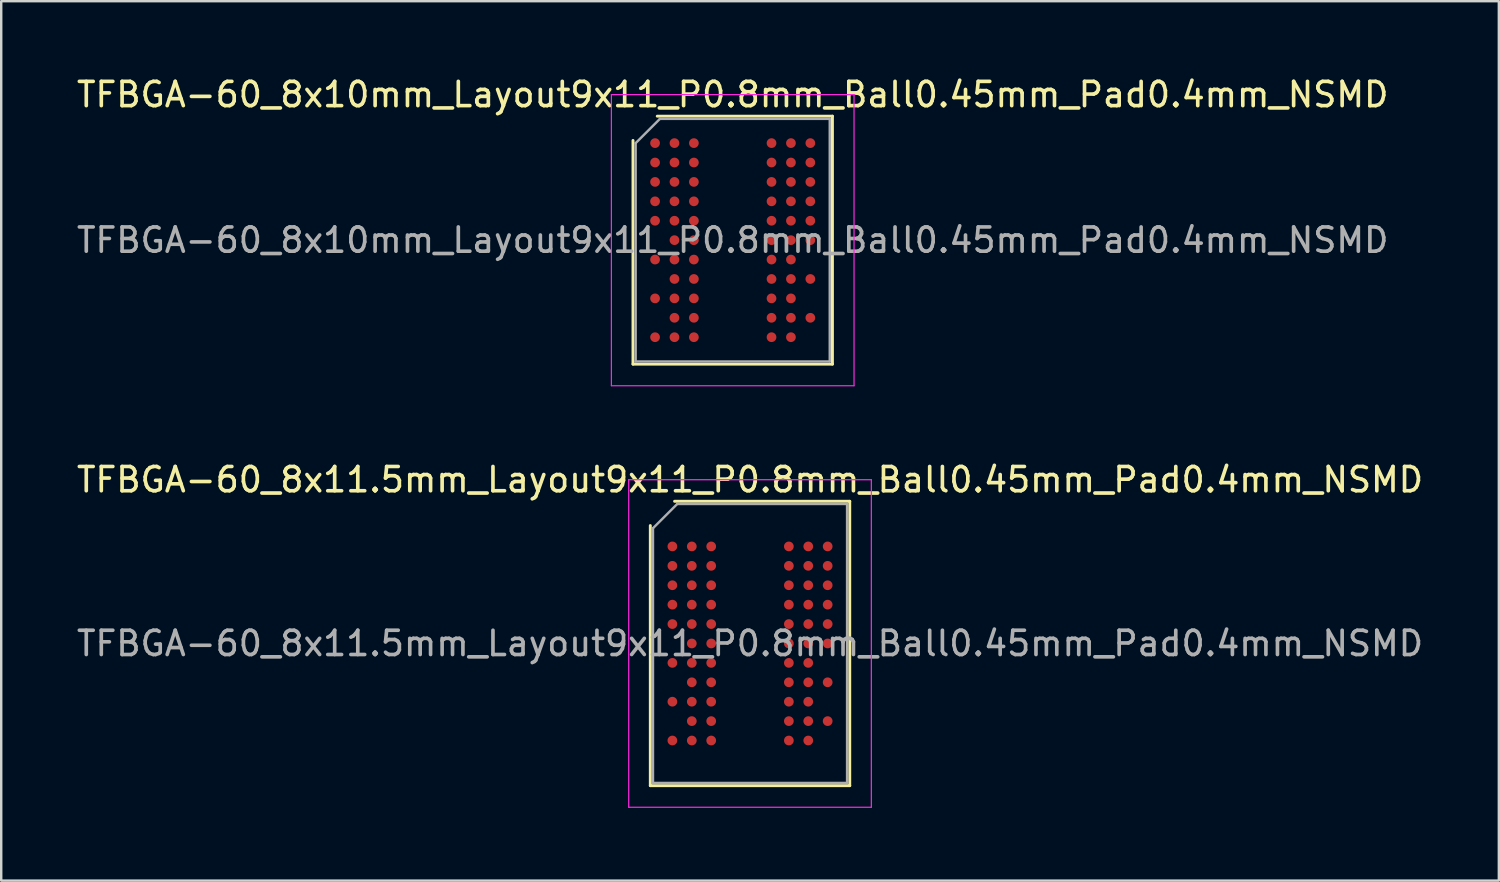
<source format=kicad_pcb>
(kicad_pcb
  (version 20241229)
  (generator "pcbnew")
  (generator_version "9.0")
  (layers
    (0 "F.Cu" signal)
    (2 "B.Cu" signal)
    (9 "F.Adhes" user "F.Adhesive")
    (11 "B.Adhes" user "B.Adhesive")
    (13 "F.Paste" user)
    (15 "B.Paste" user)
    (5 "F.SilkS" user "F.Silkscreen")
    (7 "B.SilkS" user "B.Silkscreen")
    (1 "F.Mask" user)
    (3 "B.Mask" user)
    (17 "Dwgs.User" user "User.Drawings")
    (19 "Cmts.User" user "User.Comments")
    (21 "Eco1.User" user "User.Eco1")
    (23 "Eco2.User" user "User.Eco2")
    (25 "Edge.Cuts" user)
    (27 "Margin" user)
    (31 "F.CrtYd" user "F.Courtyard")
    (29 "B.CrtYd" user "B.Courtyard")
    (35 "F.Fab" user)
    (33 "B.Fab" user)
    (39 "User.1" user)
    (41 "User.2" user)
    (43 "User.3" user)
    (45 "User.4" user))
  (footprint "TFBGA-60_8x11.5mm_Layout9x11_P0.8mm_Ball0.45mm_Pad0.4mm_NSMD"
    (layer "F.Cu")
    (at 27.863 23.471)
    (property "Reference" "TFBGA-60_8x11.5mm_Layout9x11_P0.8mm_Ball0.45mm_Pad0.4mm_NSMD" (at 0 -6.75 0) (layer "F.SilkS") (effects (font (size 1 1) (thickness 0.15))))
    (attr smd)
    (fp_line (start -4.11 5.86) (end -4.11 -4.86) (stroke (width 0.12) (type solid)) (layer "F.SilkS"))
    (fp_line (start -3.11 -5.86) (end 4.11 -5.86) (stroke (width 0.12) (type solid)) (layer "F.SilkS"))
    (fp_line (start 4.11 -5.86) (end 4.11 5.86) (stroke (width 0.12) (type solid)) (layer "F.SilkS"))
    (fp_line (start 4.11 5.86) (end -4.11 5.86) (stroke (width 0.12) (type solid)) (layer "F.SilkS"))
    (fp_line (start -5 -6.75) (end -5 6.75) (stroke (width 0.05) (type solid)) (layer "F.CrtYd"))
    (fp_line (start -5 6.75) (end 5 6.75) (stroke (width 0.05) (type solid)) (layer "F.CrtYd"))
    (fp_line (start 5 -6.75) (end -5 -6.75) (stroke (width 0.05) (type solid)) (layer "F.CrtYd"))
    (fp_line (start 5 6.75) (end 5 -6.75) (stroke (width 0.05) (type solid)) (layer "F.CrtYd"))
    (fp_line (start -4 -4.75) (end -3 -5.75) (stroke (width 0.1) (type solid)) (layer "F.Fab"))
    (fp_line (start -4 5.75) (end -4 -4.75) (stroke (width 0.1) (type solid)) (layer "F.Fab"))
    (fp_line (start -3 -5.75) (end 4 -5.75) (stroke (width 0.1) (type solid)) (layer "F.Fab"))
    (fp_line (start 4 -5.75) (end 4 5.75) (stroke (width 0.1) (type solid)) (layer "F.Fab"))
    (fp_line (start 4 5.75) (end -4 5.75) (stroke (width 0.1) (type solid)) (layer "F.Fab"))
    (fp_text user "${REFERENCE}" (at 0 0 0) (layer "F.Fab") (effects (font (size 1 1) (thickness 0.15))))
    (pad "A1" smd circle (at -3.2 -4) (size 0.4 0.4) (layers "F.Cu" "F.Mask" "F.Paste"))
    (pad "A2" smd circle (at -2.4 -4) (size 0.4 0.4) (layers "F.Cu" "F.Mask" "F.Paste"))
    (pad "A3" smd circle (at -1.6 -4) (size 0.4 0.4) (layers "F.Cu" "F.Mask" "F.Paste"))
    (pad "A7" smd circle (at 1.6 -4) (size 0.4 0.4) (layers "F.Cu" "F.Mask" "F.Paste"))
    (pad "A8" smd circle (at 2.4 -4) (size 0.4 0.4) (layers "F.Cu" "F.Mask" "F.Paste"))
    (pad "A9" smd circle (at 3.2 -4) (size 0.4 0.4) (layers "F.Cu" "F.Mask" "F.Paste"))
    (pad "B1" smd circle (at -3.2 -3.2) (size 0.4 0.4) (layers "F.Cu" "F.Mask" "F.Paste"))
    (pad "B2" smd circle (at -2.4 -3.2) (size 0.4 0.4) (layers "F.Cu" "F.Mask" "F.Paste"))
    (pad "B3" smd circle (at -1.6 -3.2) (size 0.4 0.4) (layers "F.Cu" "F.Mask" "F.Paste"))
    (pad "B7" smd circle (at 1.6 -3.2) (size 0.4 0.4) (layers "F.Cu" "F.Mask" "F.Paste"))
    (pad "B8" smd circle (at 2.4 -3.2) (size 0.4 0.4) (layers "F.Cu" "F.Mask" "F.Paste"))
    (pad "B9" smd circle (at 3.2 -3.2) (size 0.4 0.4) (layers "F.Cu" "F.Mask" "F.Paste"))
    (pad "C1" smd circle (at -3.2 -2.4) (size 0.4 0.4) (layers "F.Cu" "F.Mask" "F.Paste"))
    (pad "C2" smd circle (at -2.4 -2.4) (size 0.4 0.4) (layers "F.Cu" "F.Mask" "F.Paste"))
    (pad "C3" smd circle (at -1.6 -2.4) (size 0.4 0.4) (layers "F.Cu" "F.Mask" "F.Paste"))
    (pad "C7" smd circle (at 1.6 -2.4) (size 0.4 0.4) (layers "F.Cu" "F.Mask" "F.Paste"))
    (pad "C8" smd circle (at 2.4 -2.4) (size 0.4 0.4) (layers "F.Cu" "F.Mask" "F.Paste"))
    (pad "C9" smd circle (at 3.2 -2.4) (size 0.4 0.4) (layers "F.Cu" "F.Mask" "F.Paste"))
    (pad "D1" smd circle (at -3.2 -1.6) (size 0.4 0.4) (layers "F.Cu" "F.Mask" "F.Paste"))
    (pad "D2" smd circle (at -2.4 -1.6) (size 0.4 0.4) (layers "F.Cu" "F.Mask" "F.Paste"))
    (pad "D3" smd circle (at -1.6 -1.6) (size 0.4 0.4) (layers "F.Cu" "F.Mask" "F.Paste"))
    (pad "D7" smd circle (at 1.6 -1.6) (size 0.4 0.4) (layers "F.Cu" "F.Mask" "F.Paste"))
    (pad "D8" smd circle (at 2.4 -1.6) (size 0.4 0.4) (layers "F.Cu" "F.Mask" "F.Paste"))
    (pad "D9" smd circle (at 3.2 -1.6) (size 0.4 0.4) (layers "F.Cu" "F.Mask" "F.Paste"))
    (pad "E1" smd circle (at -3.2 -0.8) (size 0.4 0.4) (layers "F.Cu" "F.Mask" "F.Paste"))
    (pad "E2" smd circle (at -2.4 -0.8) (size 0.4 0.4) (layers "F.Cu" "F.Mask" "F.Paste"))
    (pad "E3" smd circle (at -1.6 -0.8) (size 0.4 0.4) (layers "F.Cu" "F.Mask" "F.Paste"))
    (pad "E7" smd circle (at 1.6 -0.8) (size 0.4 0.4) (layers "F.Cu" "F.Mask" "F.Paste"))
    (pad "E8" smd circle (at 2.4 -0.8) (size 0.4 0.4) (layers "F.Cu" "F.Mask" "F.Paste"))
    (pad "E9" smd circle (at 3.2 -0.8) (size 0.4 0.4) (layers "F.Cu" "F.Mask" "F.Paste"))
    (pad "F2" smd circle (at -2.4 0) (size 0.4 0.4) (layers "F.Cu" "F.Mask" "F.Paste"))
    (pad "F3" smd circle (at -1.6 0) (size 0.4 0.4) (layers "F.Cu" "F.Mask" "F.Paste"))
    (pad "F7" smd circle (at 1.6 0) (size 0.4 0.4) (layers "F.Cu" "F.Mask" "F.Paste"))
    (pad "F8" smd circle (at 2.4 0) (size 0.4 0.4) (layers "F.Cu" "F.Mask" "F.Paste"))
    (pad "F9" smd circle (at 3.2 0) (size 0.4 0.4) (layers "F.Cu" "F.Mask" "F.Paste"))
    (pad "G1" smd circle (at -3.2 0.8) (size 0.4 0.4) (layers "F.Cu" "F.Mask" "F.Paste"))
    (pad "G2" smd circle (at -2.4 0.8) (size 0.4 0.4) (layers "F.Cu" "F.Mask" "F.Paste"))
    (pad "G3" smd circle (at -1.6 0.8) (size 0.4 0.4) (layers "F.Cu" "F.Mask" "F.Paste"))
    (pad "G7" smd circle (at 1.6 0.8) (size 0.4 0.4) (layers "F.Cu" "F.Mask" "F.Paste"))
    (pad "G8" smd circle (at 2.4 0.8) (size 0.4 0.4) (layers "F.Cu" "F.Mask" "F.Paste"))
    (pad "H2" smd circle (at -2.4 1.6) (size 0.4 0.4) (layers "F.Cu" "F.Mask" "F.Paste"))
    (pad "H3" smd circle (at -1.6 1.6) (size 0.4 0.4) (layers "F.Cu" "F.Mask" "F.Paste"))
    (pad "H7" smd circle (at 1.6 1.6) (size 0.4 0.4) (layers "F.Cu" "F.Mask" "F.Paste"))
    (pad "H8" smd circle (at 2.4 1.6) (size 0.4 0.4) (layers "F.Cu" "F.Mask" "F.Paste"))
    (pad "H9" smd circle (at 3.2 1.6) (size 0.4 0.4) (layers "F.Cu" "F.Mask" "F.Paste"))
    (pad "J1" smd circle (at -3.2 2.4) (size 0.4 0.4) (layers "F.Cu" "F.Mask" "F.Paste"))
    (pad "J2" smd circle (at -2.4 2.4) (size 0.4 0.4) (layers "F.Cu" "F.Mask" "F.Paste"))
    (pad "J3" smd circle (at -1.6 2.4) (size 0.4 0.4) (layers "F.Cu" "F.Mask" "F.Paste"))
    (pad "J7" smd circle (at 1.6 2.4) (size 0.4 0.4) (layers "F.Cu" "F.Mask" "F.Paste"))
    (pad "J8" smd circle (at 2.4 2.4) (size 0.4 0.4) (layers "F.Cu" "F.Mask" "F.Paste"))
    (pad "K2" smd circle (at -2.4 3.2) (size 0.4 0.4) (layers "F.Cu" "F.Mask" "F.Paste"))
    (pad "K3" smd circle (at -1.6 3.2) (size 0.4 0.4) (layers "F.Cu" "F.Mask" "F.Paste"))
    (pad "K7" smd circle (at 1.6 3.2) (size 0.4 0.4) (layers "F.Cu" "F.Mask" "F.Paste"))
    (pad "K8" smd circle (at 2.4 3.2) (size 0.4 0.4) (layers "F.Cu" "F.Mask" "F.Paste"))
    (pad "K9" smd circle (at 3.2 3.2) (size 0.4 0.4) (layers "F.Cu" "F.Mask" "F.Paste"))
    (pad "L1" smd circle (at -3.2 4) (size 0.4 0.4) (layers "F.Cu" "F.Mask" "F.Paste"))
    (pad "L2" smd circle (at -2.4 4) (size 0.4 0.4) (layers "F.Cu" "F.Mask" "F.Paste"))
    (pad "L3" smd circle (at -1.6 4) (size 0.4 0.4) (layers "F.Cu" "F.Mask" "F.Paste"))
    (pad "L7" smd circle (at 1.6 4) (size 0.4 0.4) (layers "F.Cu" "F.Mask" "F.Paste"))
    (pad "L8" smd circle (at 2.4 4) (size 0.4 0.4) (layers "F.Cu" "F.Mask" "F.Paste")))
  (footprint "TFBGA-60_8x10mm_Layout9x11_P0.8mm_Ball0.45mm_Pad0.4mm_NSMD"
    (layer "F.Cu")
    (at 27.149 6.848)
    (property "Reference" "TFBGA-60_8x10mm_Layout9x11_P0.8mm_Ball0.45mm_Pad0.4mm_NSMD" (at 0 -6 0) (layer "F.SilkS") (effects (font (size 1 1) (thickness 0.15))))
    (attr smd)
    (fp_line (start -4.11 5.11) (end -4.11 -4.11) (stroke (width 0.12) (type solid)) (layer "F.SilkS"))
    (fp_line (start -3.11 -5.11) (end 4.11 -5.11) (stroke (width 0.12) (type solid)) (layer "F.SilkS"))
    (fp_line (start 4.11 -5.11) (end 4.11 5.11) (stroke (width 0.12) (type solid)) (layer "F.SilkS"))
    (fp_line (start 4.11 5.11) (end -4.11 5.11) (stroke (width 0.12) (type solid)) (layer "F.SilkS"))
    (fp_line (start -5 -6) (end -5 6) (stroke (width 0.05) (type solid)) (layer "F.CrtYd"))
    (fp_line (start -5 6) (end 5 6) (stroke (width 0.05) (type solid)) (layer "F.CrtYd"))
    (fp_line (start 5 -6) (end -5 -6) (stroke (width 0.05) (type solid)) (layer "F.CrtYd"))
    (fp_line (start 5 6) (end 5 -6) (stroke (width 0.05) (type solid)) (layer "F.CrtYd"))
    (fp_line (start -4 -4) (end -3 -5) (stroke (width 0.1) (type solid)) (layer "F.Fab"))
    (fp_line (start -4 5) (end -4 -4) (stroke (width 0.1) (type solid)) (layer "F.Fab"))
    (fp_line (start -3 -5) (end 4 -5) (stroke (width 0.1) (type solid)) (layer "F.Fab"))
    (fp_line (start 4 -5) (end 4 5) (stroke (width 0.1) (type solid)) (layer "F.Fab"))
    (fp_line (start 4 5) (end -4 5) (stroke (width 0.1) (type solid)) (layer "F.Fab"))
    (fp_text user "${REFERENCE}" (at 0 0 0) (layer "F.Fab") (effects (font (size 1 1) (thickness 0.15))))
    (pad "A1" smd circle (at -3.2 -4) (size 0.4 0.4) (layers "F.Cu" "F.Mask" "F.Paste"))
    (pad "A2" smd circle (at -2.4 -4) (size 0.4 0.4) (layers "F.Cu" "F.Mask" "F.Paste"))
    (pad "A3" smd circle (at -1.6 -4) (size 0.4 0.4) (layers "F.Cu" "F.Mask" "F.Paste"))
    (pad "A7" smd circle (at 1.6 -4) (size 0.4 0.4) (layers "F.Cu" "F.Mask" "F.Paste"))
    (pad "A8" smd circle (at 2.4 -4) (size 0.4 0.4) (layers "F.Cu" "F.Mask" "F.Paste"))
    (pad "A9" smd circle (at 3.2 -4) (size 0.4 0.4) (layers "F.Cu" "F.Mask" "F.Paste"))
    (pad "B1" smd circle (at -3.2 -3.2) (size 0.4 0.4) (layers "F.Cu" "F.Mask" "F.Paste"))
    (pad "B2" smd circle (at -2.4 -3.2) (size 0.4 0.4) (layers "F.Cu" "F.Mask" "F.Paste"))
    (pad "B3" smd circle (at -1.6 -3.2) (size 0.4 0.4) (layers "F.Cu" "F.Mask" "F.Paste"))
    (pad "B7" smd circle (at 1.6 -3.2) (size 0.4 0.4) (layers "F.Cu" "F.Mask" "F.Paste"))
    (pad "B8" smd circle (at 2.4 -3.2) (size 0.4 0.4) (layers "F.Cu" "F.Mask" "F.Paste"))
    (pad "B9" smd circle (at 3.2 -3.2) (size 0.4 0.4) (layers "F.Cu" "F.Mask" "F.Paste"))
    (pad "C1" smd circle (at -3.2 -2.4) (size 0.4 0.4) (layers "F.Cu" "F.Mask" "F.Paste"))
    (pad "C2" smd circle (at -2.4 -2.4) (size 0.4 0.4) (layers "F.Cu" "F.Mask" "F.Paste"))
    (pad "C3" smd circle (at -1.6 -2.4) (size 0.4 0.4) (layers "F.Cu" "F.Mask" "F.Paste"))
    (pad "C7" smd circle (at 1.6 -2.4) (size 0.4 0.4) (layers "F.Cu" "F.Mask" "F.Paste"))
    (pad "C8" smd circle (at 2.4 -2.4) (size 0.4 0.4) (layers "F.Cu" "F.Mask" "F.Paste"))
    (pad "C9" smd circle (at 3.2 -2.4) (size 0.4 0.4) (layers "F.Cu" "F.Mask" "F.Paste"))
    (pad "D1" smd circle (at -3.2 -1.6) (size 0.4 0.4) (layers "F.Cu" "F.Mask" "F.Paste"))
    (pad "D2" smd circle (at -2.4 -1.6) (size 0.4 0.4) (layers "F.Cu" "F.Mask" "F.Paste"))
    (pad "D3" smd circle (at -1.6 -1.6) (size 0.4 0.4) (layers "F.Cu" "F.Mask" "F.Paste"))
    (pad "D7" smd circle (at 1.6 -1.6) (size 0.4 0.4) (layers "F.Cu" "F.Mask" "F.Paste"))
    (pad "D8" smd circle (at 2.4 -1.6) (size 0.4 0.4) (layers "F.Cu" "F.Mask" "F.Paste"))
    (pad "D9" smd circle (at 3.2 -1.6) (size 0.4 0.4) (layers "F.Cu" "F.Mask" "F.Paste"))
    (pad "E1" smd circle (at -3.2 -0.8) (size 0.4 0.4) (layers "F.Cu" "F.Mask" "F.Paste"))
    (pad "E2" smd circle (at -2.4 -0.8) (size 0.4 0.4) (layers "F.Cu" "F.Mask" "F.Paste"))
    (pad "E3" smd circle (at -1.6 -0.8) (size 0.4 0.4) (layers "F.Cu" "F.Mask" "F.Paste"))
    (pad "E7" smd circle (at 1.6 -0.8) (size 0.4 0.4) (layers "F.Cu" "F.Mask" "F.Paste"))
    (pad "E8" smd circle (at 2.4 -0.8) (size 0.4 0.4) (layers "F.Cu" "F.Mask" "F.Paste"))
    (pad "E9" smd circle (at 3.2 -0.8) (size 0.4 0.4) (layers "F.Cu" "F.Mask" "F.Paste"))
    (pad "F2" smd circle (at -2.4 0) (size 0.4 0.4) (layers "F.Cu" "F.Mask" "F.Paste"))
    (pad "F3" smd circle (at -1.6 0) (size 0.4 0.4) (layers "F.Cu" "F.Mask" "F.Paste"))
    (pad "F7" smd circle (at 1.6 0) (size 0.4 0.4) (layers "F.Cu" "F.Mask" "F.Paste"))
    (pad "F8" smd circle (at 2.4 0) (size 0.4 0.4) (layers "F.Cu" "F.Mask" "F.Paste"))
    (pad "F9" smd circle (at 3.2 0) (size 0.4 0.4) (layers "F.Cu" "F.Mask" "F.Paste"))
    (pad "G1" smd circle (at -3.2 0.8) (size 0.4 0.4) (layers "F.Cu" "F.Mask" "F.Paste"))
    (pad "G2" smd circle (at -2.4 0.8) (size 0.4 0.4) (layers "F.Cu" "F.Mask" "F.Paste"))
    (pad "G3" smd circle (at -1.6 0.8) (size 0.4 0.4) (layers "F.Cu" "F.Mask" "F.Paste"))
    (pad "G7" smd circle (at 1.6 0.8) (size 0.4 0.4) (layers "F.Cu" "F.Mask" "F.Paste"))
    (pad "G8" smd circle (at 2.4 0.8) (size 0.4 0.4) (layers "F.Cu" "F.Mask" "F.Paste"))
    (pad "H2" smd circle (at -2.4 1.6) (size 0.4 0.4) (layers "F.Cu" "F.Mask" "F.Paste"))
    (pad "H3" smd circle (at -1.6 1.6) (size 0.4 0.4) (layers "F.Cu" "F.Mask" "F.Paste"))
    (pad "H7" smd circle (at 1.6 1.6) (size 0.4 0.4) (layers "F.Cu" "F.Mask" "F.Paste"))
    (pad "H8" smd circle (at 2.4 1.6) (size 0.4 0.4) (layers "F.Cu" "F.Mask" "F.Paste"))
    (pad "H9" smd circle (at 3.2 1.6) (size 0.4 0.4) (layers "F.Cu" "F.Mask" "F.Paste"))
    (pad "J1" smd circle (at -3.2 2.4) (size 0.4 0.4) (layers "F.Cu" "F.Mask" "F.Paste"))
    (pad "J2" smd circle (at -2.4 2.4) (size 0.4 0.4) (layers "F.Cu" "F.Mask" "F.Paste"))
    (pad "J3" smd circle (at -1.6 2.4) (size 0.4 0.4) (layers "F.Cu" "F.Mask" "F.Paste"))
    (pad "J7" smd circle (at 1.6 2.4) (size 0.4 0.4) (layers "F.Cu" "F.Mask" "F.Paste"))
    (pad "J8" smd circle (at 2.4 2.4) (size 0.4 0.4) (layers "F.Cu" "F.Mask" "F.Paste"))
    (pad "K2" smd circle (at -2.4 3.2) (size 0.4 0.4) (layers "F.Cu" "F.Mask" "F.Paste"))
    (pad "K3" smd circle (at -1.6 3.2) (size 0.4 0.4) (layers "F.Cu" "F.Mask" "F.Paste"))
    (pad "K7" smd circle (at 1.6 3.2) (size 0.4 0.4) (layers "F.Cu" "F.Mask" "F.Paste"))
    (pad "K8" smd circle (at 2.4 3.2) (size 0.4 0.4) (layers "F.Cu" "F.Mask" "F.Paste"))
    (pad "K9" smd circle (at 3.2 3.2) (size 0.4 0.4) (layers "F.Cu" "F.Mask" "F.Paste"))
    (pad "L1" smd circle (at -3.2 4) (size 0.4 0.4) (layers "F.Cu" "F.Mask" "F.Paste"))
    (pad "L2" smd circle (at -2.4 4) (size 0.4 0.4) (layers "F.Cu" "F.Mask" "F.Paste"))
    (pad "L3" smd circle (at -1.6 4) (size 0.4 0.4) (layers "F.Cu" "F.Mask" "F.Paste"))
    (pad "L7" smd circle (at 1.6 4) (size 0.4 0.4) (layers "F.Cu" "F.Mask" "F.Paste"))
    (pad "L8" smd circle (at 2.4 4) (size 0.4 0.4) (layers "F.Cu" "F.Mask" "F.Paste")))
  (gr_rect
    (start -3 -3)
    (end 58.726 33.246)
    (stroke (width 0.1) (type default))
    (fill no)
    (layer "Edge.Cuts")))
</source>
